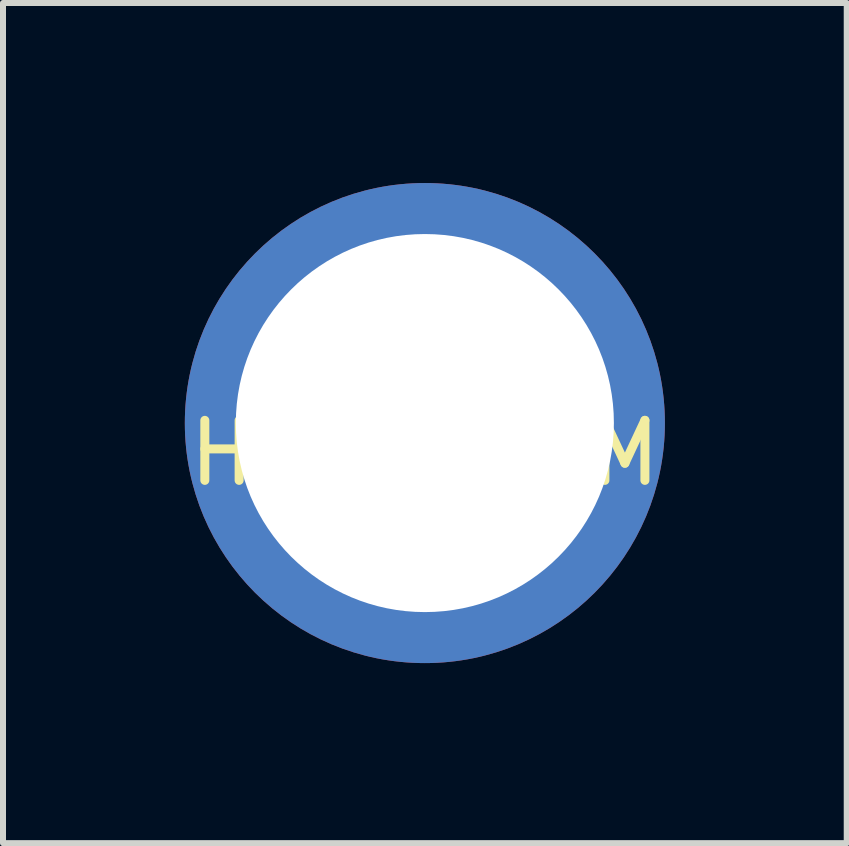
<source format=kicad_pcb>
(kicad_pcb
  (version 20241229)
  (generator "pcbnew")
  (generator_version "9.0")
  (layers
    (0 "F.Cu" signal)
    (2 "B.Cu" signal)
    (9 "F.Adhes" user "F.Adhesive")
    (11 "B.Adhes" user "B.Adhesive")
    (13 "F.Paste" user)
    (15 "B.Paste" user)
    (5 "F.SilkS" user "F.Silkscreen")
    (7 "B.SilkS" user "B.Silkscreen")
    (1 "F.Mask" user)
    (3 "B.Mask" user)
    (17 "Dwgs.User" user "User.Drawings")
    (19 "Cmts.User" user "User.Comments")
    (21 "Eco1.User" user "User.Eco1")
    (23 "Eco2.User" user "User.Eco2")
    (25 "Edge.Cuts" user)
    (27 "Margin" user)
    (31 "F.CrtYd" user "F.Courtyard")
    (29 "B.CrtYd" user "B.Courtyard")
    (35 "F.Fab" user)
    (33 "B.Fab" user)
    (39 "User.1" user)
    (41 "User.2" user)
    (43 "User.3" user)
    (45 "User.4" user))
  (footprint "HOLE_6MM"
    (layer "F.Cu")
    (at 4.03 4)
    (property "Reference" "HOLE_6MM" (at 0 0.5 0) (layer "F.SilkS") (effects (font (size 1 1) (thickness 0.15))))
    (attr through_hole)
    (pad "1" thru_hole circle (at 0 0) (size 8 8) (drill 6.3) (layers "*.Cu" "*.Mask")))
  (gr_rect
    (start -3 -3)
    (end 11.06 11)
    (stroke (width 0.1) (type default))
    (fill no)
    (layer "Edge.Cuts")))
</source>
